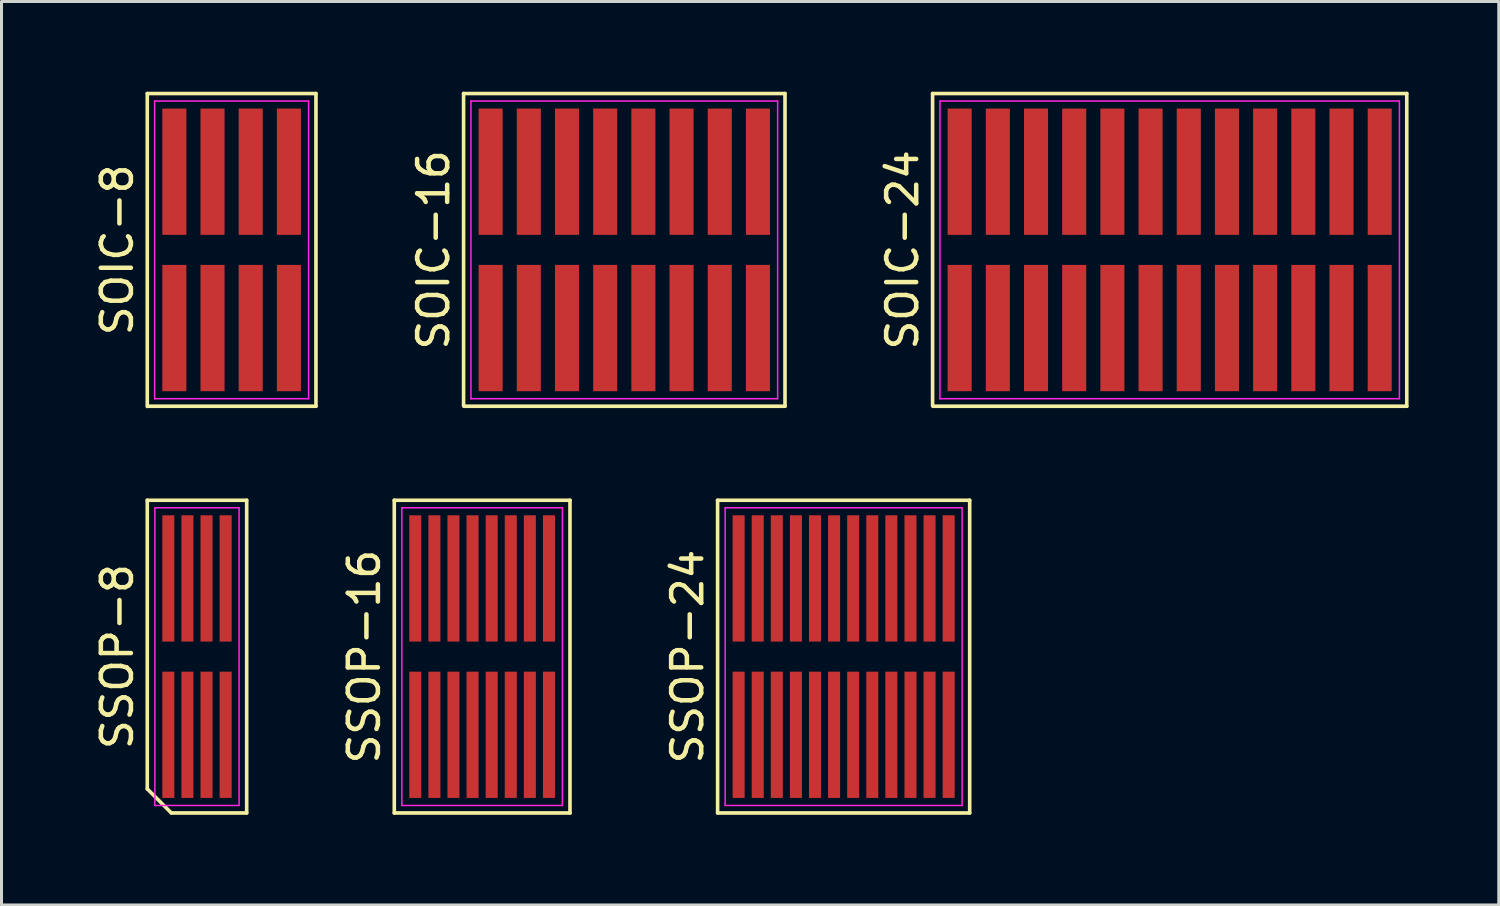
<source format=kicad_pcb>
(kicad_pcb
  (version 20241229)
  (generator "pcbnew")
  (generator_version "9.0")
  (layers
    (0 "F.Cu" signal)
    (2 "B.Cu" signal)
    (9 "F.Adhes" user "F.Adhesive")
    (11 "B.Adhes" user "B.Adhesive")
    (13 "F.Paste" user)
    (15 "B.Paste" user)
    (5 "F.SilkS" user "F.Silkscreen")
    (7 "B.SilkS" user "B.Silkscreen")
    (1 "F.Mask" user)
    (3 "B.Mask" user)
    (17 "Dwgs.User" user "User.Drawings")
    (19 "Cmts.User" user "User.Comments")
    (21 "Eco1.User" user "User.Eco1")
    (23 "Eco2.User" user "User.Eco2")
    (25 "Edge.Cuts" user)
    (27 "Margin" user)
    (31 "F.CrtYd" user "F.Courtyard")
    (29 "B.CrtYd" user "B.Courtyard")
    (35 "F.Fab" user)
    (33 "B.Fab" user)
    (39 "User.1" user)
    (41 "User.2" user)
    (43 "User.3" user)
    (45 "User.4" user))
  (footprint "SSOP-8"
    (layer "F.Cu")
    (at 3.501 18.787)
    (property "Reference" "SSOP-8" (at -2.652 0 90) (layer "F.SilkS") (effects (font (size 1 1) (thickness 0.15))))
    (attr smd)
    (fp_line (start -1.653 -5.2) (end 1.653 -5.2) (stroke (width 0.12) (type solid)) (layer "F.SilkS"))
    (fp_line (start -1.653 4.4) (end -1.653 -5.2) (stroke (width 0.12) (type solid)) (layer "F.SilkS"))
    (fp_line (start -0.853 5.2) (end -1.653 4.4) (stroke (width 0.12) (type solid)) (layer "F.SilkS"))
    (fp_line (start 1.653 -5.2) (end 1.653 5.2) (stroke (width 0.12) (type solid)) (layer "F.SilkS"))
    (fp_line (start 1.653 5.2) (end -0.853 5.2) (stroke (width 0.12) (type solid)) (layer "F.SilkS"))
    (fp_line (start -1.4 -4.95) (end 1.4 -4.95) (stroke (width 0.05) (type solid)) (layer "F.CrtYd"))
    (fp_line (start -1.4 4.95) (end -1.4 -4.95) (stroke (width 0.05) (type solid)) (layer "F.CrtYd"))
    (fp_line (start 1.4 -4.95) (end 1.4 4.95) (stroke (width 0.05) (type solid)) (layer "F.CrtYd"))
    (fp_line (start 1.4 4.95) (end -1.4 4.95) (stroke (width 0.05) (type solid)) (layer "F.CrtYd"))
    (pad "1" smd rect (at -0.953 2.6) (size 0.4 4.2) (layers "F.Cu" "F.Mask" "F.Paste"))
    (pad "2" smd rect (at -0.318 2.6) (size 0.4 4.2) (layers "F.Cu" "F.Mask" "F.Paste"))
    (pad "3" smd rect (at 0.318 2.6) (size 0.4 4.2) (layers "F.Cu" "F.Mask" "F.Paste"))
    (pad "4" smd rect (at 0.953 2.6) (size 0.4 4.2) (layers "F.Cu" "F.Mask" "F.Paste"))
    (pad "5" smd rect (at 0.953 -2.6) (size 0.4 4.2) (layers "F.Cu" "F.Mask" "F.Paste"))
    (pad "6" smd rect (at 0.318 -2.6) (size 0.4 4.2) (layers "F.Cu" "F.Mask" "F.Paste"))
    (pad "7" smd rect (at -0.318 -2.6) (size 0.4 4.2) (layers "F.Cu" "F.Mask" "F.Paste"))
    (pad "8" smd rect (at -0.953 -2.6) (size 0.4 4.2) (layers "F.Cu" "F.Mask" "F.Paste")))
  (footprint "SSOP-24"
    (layer "F.Cu")
    (at 25.007 18.787)
    (property "Reference" "SSOP-24" (at -5.192 0 90) (layer "F.SilkS") (effects (font (size 1 1) (thickness 0.15))))
    (attr smd)
    (fp_line (start -4.192 -5.2) (end 4.192 -5.2) (stroke (width 0.12) (type solid)) (layer "F.SilkS"))
    (fp_line (start -4.191 5.2) (end -4.192 -5.2) (stroke (width 0.12) (type solid)) (layer "F.SilkS"))
    (fp_line (start 4.192 -5.2) (end 4.192 5.2) (stroke (width 0.12) (type solid)) (layer "F.SilkS"))
    (fp_line (start 4.192 5.2) (end -4.191 5.2) (stroke (width 0.12) (type solid)) (layer "F.SilkS"))
    (fp_line (start -3.94 -4.95) (end 3.94 -4.95) (stroke (width 0.05) (type solid)) (layer "F.CrtYd"))
    (fp_line (start -3.94 4.95) (end -3.94 -4.95) (stroke (width 0.05) (type solid)) (layer "F.CrtYd"))
    (fp_line (start 3.94 -4.95) (end 3.94 4.95) (stroke (width 0.05) (type solid)) (layer "F.CrtYd"))
    (fp_line (start 3.94 4.95) (end -3.94 4.95) (stroke (width 0.05) (type solid)) (layer "F.CrtYd"))
    (pad "1" smd rect (at -3.493 2.6) (size 0.4 4.2) (layers "F.Cu" "F.Mask" "F.Paste"))
    (pad "2" smd rect (at -2.857 2.6) (size 0.4 4.2) (layers "F.Cu" "F.Mask" "F.Paste"))
    (pad "3" smd rect (at -2.223 2.6) (size 0.4 4.2) (layers "F.Cu" "F.Mask" "F.Paste"))
    (pad "4" smd rect (at -1.587 2.6) (size 0.4 4.2) (layers "F.Cu" "F.Mask" "F.Paste"))
    (pad "5" smd rect (at -0.953 2.6) (size 0.4 4.2) (layers "F.Cu" "F.Mask" "F.Paste"))
    (pad "6" smd rect (at -0.318 2.6) (size 0.4 4.2) (layers "F.Cu" "F.Mask" "F.Paste"))
    (pad "7" smd rect (at 0.318 2.6) (size 0.4 4.2) (layers "F.Cu" "F.Mask" "F.Paste"))
    (pad "8" smd rect (at 0.953 2.6) (size 0.4 4.2) (layers "F.Cu" "F.Mask" "F.Paste"))
    (pad "9" smd rect (at 1.587 2.6) (size 0.4 4.2) (layers "F.Cu" "F.Mask" "F.Paste"))
    (pad "10" smd rect (at 2.223 2.6) (size 0.4 4.2) (layers "F.Cu" "F.Mask" "F.Paste"))
    (pad "11" smd rect (at 2.857 2.6) (size 0.4 4.2) (layers "F.Cu" "F.Mask" "F.Paste"))
    (pad "12" smd rect (at 3.493 2.6) (size 0.4 4.2) (layers "F.Cu" "F.Mask" "F.Paste"))
    (pad "13" smd rect (at 3.493 -2.6) (size 0.4 4.2) (layers "F.Cu" "F.Mask" "F.Paste"))
    (pad "14" smd rect (at 2.857 -2.6) (size 0.4 4.2) (layers "F.Cu" "F.Mask" "F.Paste"))
    (pad "15" smd rect (at 2.223 -2.6) (size 0.4 4.2) (layers "F.Cu" "F.Mask" "F.Paste"))
    (pad "16" smd rect (at 1.587 -2.6) (size 0.4 4.2) (layers "F.Cu" "F.Mask" "F.Paste"))
    (pad "17" smd rect (at 0.953 -2.6) (size 0.4 4.2) (layers "F.Cu" "F.Mask" "F.Paste"))
    (pad "18" smd rect (at 0.318 -2.6) (size 0.4 4.2) (layers "F.Cu" "F.Mask" "F.Paste"))
    (pad "19" smd rect (at -0.318 -2.6) (size 0.4 4.2) (layers "F.Cu" "F.Mask" "F.Paste"))
    (pad "20" smd rect (at -0.953 -2.6) (size 0.4 4.2) (layers "F.Cu" "F.Mask" "F.Paste"))
    (pad "21" smd rect (at -1.587 -2.6) (size 0.4 4.2) (layers "F.Cu" "F.Mask" "F.Paste"))
    (pad "22" smd rect (at -2.223 -2.6) (size 0.4 4.2) (layers "F.Cu" "F.Mask" "F.Paste"))
    (pad "23" smd rect (at -2.857 -2.6) (size 0.4 4.2) (layers "F.Cu" "F.Mask" "F.Paste"))
    (pad "24" smd rect (at -3.493 -2.6) (size 0.4 4.2) (layers "F.Cu" "F.Mask" "F.Paste")))
  (footprint "SOIC-8"
    (layer "F.Cu")
    (at 4.653 5.26)
    (property "Reference" "SOIC-8" (at -3.805 0 90) (layer "F.SilkS") (effects (font (size 1 1) (thickness 0.15))))
    (attr smd)
    (fp_line (start -2.805 -5.2) (end 2.805 -5.2) (stroke (width 0.12) (type solid)) (layer "F.SilkS"))
    (fp_line (start -2.805 5.207) (end -2.805 -5.2) (stroke (width 0.12) (type solid)) (layer "F.SilkS"))
    (fp_line (start 2.805 -5.2) (end 2.805 5.2) (stroke (width 0.12) (type solid)) (layer "F.SilkS"))
    (fp_line (start 2.805 5.2) (end -2.794 5.2) (stroke (width 0.12) (type solid)) (layer "F.SilkS"))
    (fp_line (start -2.56 -4.95) (end 2.56 -4.95) (stroke (width 0.05) (type solid)) (layer "F.CrtYd"))
    (fp_line (start -2.56 4.95) (end -2.56 -4.95) (stroke (width 0.05) (type solid)) (layer "F.CrtYd"))
    (fp_line (start 2.56 -4.95) (end 2.56 4.95) (stroke (width 0.05) (type solid)) (layer "F.CrtYd"))
    (fp_line (start 2.56 4.95) (end -2.56 4.95) (stroke (width 0.05) (type solid)) (layer "F.CrtYd"))
    (pad "1" smd rect (at -1.905 2.6) (size 0.8 4.2) (layers "F.Cu" "F.Mask" "F.Paste"))
    (pad "2" smd rect (at -0.635 2.6) (size 0.8 4.2) (layers "F.Cu" "F.Mask" "F.Paste"))
    (pad "3" smd rect (at 0.635 2.6) (size 0.8 4.2) (layers "F.Cu" "F.Mask" "F.Paste"))
    (pad "4" smd rect (at 1.905 2.6) (size 0.8 4.2) (layers "F.Cu" "F.Mask" "F.Paste"))
    (pad "5" smd rect (at 1.905 -2.6) (size 0.8 4.2) (layers "F.Cu" "F.Mask" "F.Paste"))
    (pad "6" smd rect (at 0.635 -2.6) (size 0.8 4.2) (layers "F.Cu" "F.Mask" "F.Paste"))
    (pad "7" smd rect (at -0.635 -2.6) (size 0.8 4.2) (layers "F.Cu" "F.Mask" "F.Paste"))
    (pad "8" smd rect (at -1.905 -2.6) (size 0.8 4.2) (layers "F.Cu" "F.Mask" "F.Paste")))
  (footprint "SOIC-16"
    (layer "F.Cu")
    (at 17.712 5.26)
    (property "Reference" "SOIC-16" (at -6.345 0 90) (layer "F.SilkS") (effects (font (size 1 1) (thickness 0.15))))
    (attr smd)
    (fp_line (start -5.345 -5.2) (end 5.345 -5.2) (stroke (width 0.12) (type solid)) (layer "F.SilkS"))
    (fp_line (start -5.345 5.182) (end -5.345 -5.2) (stroke (width 0.12) (type solid)) (layer "F.SilkS"))
    (fp_line (start 5.345 -5.2) (end 5.345 5.2) (stroke (width 0.12) (type solid)) (layer "F.SilkS"))
    (fp_line (start 5.345 5.2) (end -5.334 5.2) (stroke (width 0.12) (type solid)) (layer "F.SilkS"))
    (fp_line (start -5.1 -4.95) (end 5.1 -4.95) (stroke (width 0.05) (type solid)) (layer "F.CrtYd"))
    (fp_line (start -5.1 4.95) (end -5.1 -4.95) (stroke (width 0.05) (type solid)) (layer "F.CrtYd"))
    (fp_line (start 5.1 -4.95) (end 5.1 4.95) (stroke (width 0.05) (type solid)) (layer "F.CrtYd"))
    (fp_line (start 5.1 4.95) (end -5.1 4.95) (stroke (width 0.05) (type solid)) (layer "F.CrtYd"))
    (pad "1" smd rect (at -4.445 2.6) (size 0.8 4.2) (layers "F.Cu" "F.Mask" "F.Paste"))
    (pad "2" smd rect (at -3.175 2.6) (size 0.8 4.2) (layers "F.Cu" "F.Mask" "F.Paste"))
    (pad "3" smd rect (at -1.905 2.6) (size 0.8 4.2) (layers "F.Cu" "F.Mask" "F.Paste"))
    (pad "4" smd rect (at -0.635 2.6) (size 0.8 4.2) (layers "F.Cu" "F.Mask" "F.Paste"))
    (pad "5" smd rect (at 0.635 2.6) (size 0.8 4.2) (layers "F.Cu" "F.Mask" "F.Paste"))
    (pad "6" smd rect (at 1.905 2.6) (size 0.8 4.2) (layers "F.Cu" "F.Mask" "F.Paste"))
    (pad "7" smd rect (at 3.175 2.6) (size 0.8 4.2) (layers "F.Cu" "F.Mask" "F.Paste"))
    (pad "8" smd rect (at 4.445 2.6) (size 0.8 4.2) (layers "F.Cu" "F.Mask" "F.Paste"))
    (pad "9" smd rect (at 4.445 -2.6) (size 0.8 4.2) (layers "F.Cu" "F.Mask" "F.Paste"))
    (pad "10" smd rect (at 3.175 -2.6) (size 0.8 4.2) (layers "F.Cu" "F.Mask" "F.Paste"))
    (pad "11" smd rect (at 1.905 -2.6) (size 0.8 4.2) (layers "F.Cu" "F.Mask" "F.Paste"))
    (pad "12" smd rect (at 0.635 -2.6) (size 0.8 4.2) (layers "F.Cu" "F.Mask" "F.Paste"))
    (pad "13" smd rect (at -0.635 -2.6) (size 0.8 4.2) (layers "F.Cu" "F.Mask" "F.Paste"))
    (pad "14" smd rect (at -1.905 -2.6) (size 0.8 4.2) (layers "F.Cu" "F.Mask" "F.Paste"))
    (pad "15" smd rect (at -3.175 -2.6) (size 0.8 4.2) (layers "F.Cu" "F.Mask" "F.Paste"))
    (pad "16" smd rect (at -4.445 -2.6) (size 0.8 4.2) (layers "F.Cu" "F.Mask" "F.Paste")))
  (footprint "SOIC-24"
    (layer "F.Cu")
    (at 35.85 5.26)
    (property "Reference" "SOIC-24" (at -8.885 0 90) (layer "F.SilkS") (effects (font (size 1 1) (thickness 0.15))))
    (attr smd)
    (fp_line (start -7.885 -5.2) (end 7.885 -5.2) (stroke (width 0.12) (type solid)) (layer "F.SilkS"))
    (fp_line (start -7.885 5.182) (end -7.885 -5.2) (stroke (width 0.12) (type solid)) (layer "F.SilkS"))
    (fp_line (start 7.885 -5.2) (end 7.885 5.2) (stroke (width 0.12) (type solid)) (layer "F.SilkS"))
    (fp_line (start 7.885 5.2) (end -7.874 5.2) (stroke (width 0.12) (type solid)) (layer "F.SilkS"))
    (fp_line (start -7.64 -4.95) (end 7.64 -4.95) (stroke (width 0.05) (type solid)) (layer "F.CrtYd"))
    (fp_line (start -7.64 4.95) (end -7.64 -4.95) (stroke (width 0.05) (type solid)) (layer "F.CrtYd"))
    (fp_line (start 7.64 -4.95) (end 7.64 4.95) (stroke (width 0.05) (type solid)) (layer "F.CrtYd"))
    (fp_line (start 7.64 4.95) (end -7.64 4.95) (stroke (width 0.05) (type solid)) (layer "F.CrtYd"))
    (pad "1" smd rect (at -6.985 2.6) (size 0.8 4.2) (layers "F.Cu" "F.Mask" "F.Paste"))
    (pad "2" smd rect (at -5.715 2.6) (size 0.8 4.2) (layers "F.Cu" "F.Mask" "F.Paste"))
    (pad "3" smd rect (at -4.445 2.6) (size 0.8 4.2) (layers "F.Cu" "F.Mask" "F.Paste"))
    (pad "4" smd rect (at -3.175 2.6) (size 0.8 4.2) (layers "F.Cu" "F.Mask" "F.Paste"))
    (pad "5" smd rect (at -1.905 2.6) (size 0.8 4.2) (layers "F.Cu" "F.Mask" "F.Paste"))
    (pad "6" smd rect (at -0.635 2.6) (size 0.8 4.2) (layers "F.Cu" "F.Mask" "F.Paste"))
    (pad "7" smd rect (at 0.635 2.6) (size 0.8 4.2) (layers "F.Cu" "F.Mask" "F.Paste"))
    (pad "8" smd rect (at 1.905 2.6) (size 0.8 4.2) (layers "F.Cu" "F.Mask" "F.Paste"))
    (pad "9" smd rect (at 3.175 2.6) (size 0.8 4.2) (layers "F.Cu" "F.Mask" "F.Paste"))
    (pad "10" smd rect (at 4.445 2.6) (size 0.8 4.2) (layers "F.Cu" "F.Mask" "F.Paste"))
    (pad "11" smd rect (at 5.715 2.6) (size 0.8 4.2) (layers "F.Cu" "F.Mask" "F.Paste"))
    (pad "12" smd rect (at 6.985 2.6) (size 0.8 4.2) (layers "F.Cu" "F.Mask" "F.Paste"))
    (pad "13" smd rect (at 6.985 -2.6) (size 0.8 4.2) (layers "F.Cu" "F.Mask" "F.Paste"))
    (pad "14" smd rect (at 5.715 -2.6) (size 0.8 4.2) (layers "F.Cu" "F.Mask" "F.Paste"))
    (pad "15" smd rect (at 4.445 -2.6) (size 0.8 4.2) (layers "F.Cu" "F.Mask" "F.Paste"))
    (pad "16" smd rect (at 3.175 -2.6) (size 0.8 4.2) (layers "F.Cu" "F.Mask" "F.Paste"))
    (pad "17" smd rect (at 1.905 -2.6) (size 0.8 4.2) (layers "F.Cu" "F.Mask" "F.Paste"))
    (pad "18" smd rect (at 0.635 -2.6) (size 0.8 4.2) (layers "F.Cu" "F.Mask" "F.Paste"))
    (pad "19" smd rect (at -0.635 -2.6) (size 0.8 4.2) (layers "F.Cu" "F.Mask" "F.Paste"))
    (pad "20" smd rect (at -1.905 -2.6) (size 0.8 4.2) (layers "F.Cu" "F.Mask" "F.Paste"))
    (pad "21" smd rect (at -3.175 -2.6) (size 0.8 4.2) (layers "F.Cu" "F.Mask" "F.Paste"))
    (pad "22" smd rect (at -4.445 -2.6) (size 0.8 4.2) (layers "F.Cu" "F.Mask" "F.Paste"))
    (pad "23" smd rect (at -5.715 -2.6) (size 0.8 4.2) (layers "F.Cu" "F.Mask" "F.Paste"))
    (pad "24" smd rect (at -6.985 -2.6) (size 0.8 4.2) (layers "F.Cu" "F.Mask" "F.Paste")))
  (footprint "SSOP-16"
    (layer "F.Cu")
    (at 12.984 18.787)
    (property "Reference" "SSOP-16" (at -3.922 0 90) (layer "F.SilkS") (effects (font (size 1 1) (thickness 0.15))))
    (attr smd)
    (fp_line (start -2.922 -5.2) (end 2.922 -5.2) (stroke (width 0.12) (type solid)) (layer "F.SilkS"))
    (fp_line (start -2.921 5.2) (end -2.922 -5.2) (stroke (width 0.12) (type solid)) (layer "F.SilkS"))
    (fp_line (start 2.922 -5.2) (end 2.922 5.2) (stroke (width 0.12) (type solid)) (layer "F.SilkS"))
    (fp_line (start 2.922 5.2) (end -2.921 5.2) (stroke (width 0.12) (type solid)) (layer "F.SilkS"))
    (fp_line (start -2.67 -4.95) (end 2.67 -4.95) (stroke (width 0.05) (type solid)) (layer "F.CrtYd"))
    (fp_line (start -2.67 4.95) (end -2.67 -4.95) (stroke (width 0.05) (type solid)) (layer "F.CrtYd"))
    (fp_line (start 2.67 -4.95) (end 2.67 4.95) (stroke (width 0.05) (type solid)) (layer "F.CrtYd"))
    (fp_line (start 2.67 4.95) (end -2.67 4.95) (stroke (width 0.05) (type solid)) (layer "F.CrtYd"))
    (pad "1" smd rect (at -2.223 2.6) (size 0.4 4.2) (layers "F.Cu" "F.Mask" "F.Paste"))
    (pad "2" smd rect (at -1.587 2.6) (size 0.4 4.2) (layers "F.Cu" "F.Mask" "F.Paste"))
    (pad "3" smd rect (at -0.953 2.6) (size 0.4 4.2) (layers "F.Cu" "F.Mask" "F.Paste"))
    (pad "4" smd rect (at -0.318 2.6) (size 0.4 4.2) (layers "F.Cu" "F.Mask" "F.Paste"))
    (pad "5" smd rect (at 0.318 2.6) (size 0.4 4.2) (layers "F.Cu" "F.Mask" "F.Paste"))
    (pad "6" smd rect (at 0.953 2.6) (size 0.4 4.2) (layers "F.Cu" "F.Mask" "F.Paste"))
    (pad "7" smd rect (at 1.587 2.6) (size 0.4 4.2) (layers "F.Cu" "F.Mask" "F.Paste"))
    (pad "8" smd rect (at 2.223 2.6) (size 0.4 4.2) (layers "F.Cu" "F.Mask" "F.Paste"))
    (pad "9" smd rect (at 2.223 -2.6) (size 0.4 4.2) (layers "F.Cu" "F.Mask" "F.Paste"))
    (pad "10" smd rect (at 1.587 -2.6) (size 0.4 4.2) (layers "F.Cu" "F.Mask" "F.Paste"))
    (pad "11" smd rect (at 0.953 -2.6) (size 0.4 4.2) (layers "F.Cu" "F.Mask" "F.Paste"))
    (pad "12" smd rect (at 0.318 -2.6) (size 0.4 4.2) (layers "F.Cu" "F.Mask" "F.Paste"))
    (pad "13" smd rect (at -0.318 -2.6) (size 0.4 4.2) (layers "F.Cu" "F.Mask" "F.Paste"))
    (pad "14" smd rect (at -0.953 -2.6) (size 0.4 4.2) (layers "F.Cu" "F.Mask" "F.Paste"))
    (pad "15" smd rect (at -1.587 -2.6) (size 0.4 4.2) (layers "F.Cu" "F.Mask" "F.Paste"))
    (pad "16" smd rect (at -2.223 -2.6) (size 0.4 4.2) (layers "F.Cu" "F.Mask" "F.Paste")))
  (gr_rect
    (start -3 -3)
    (end 46.795 27.047)
    (stroke (width 0.1) (type default))
    (fill no)
    (layer "Edge.Cuts")))
</source>
